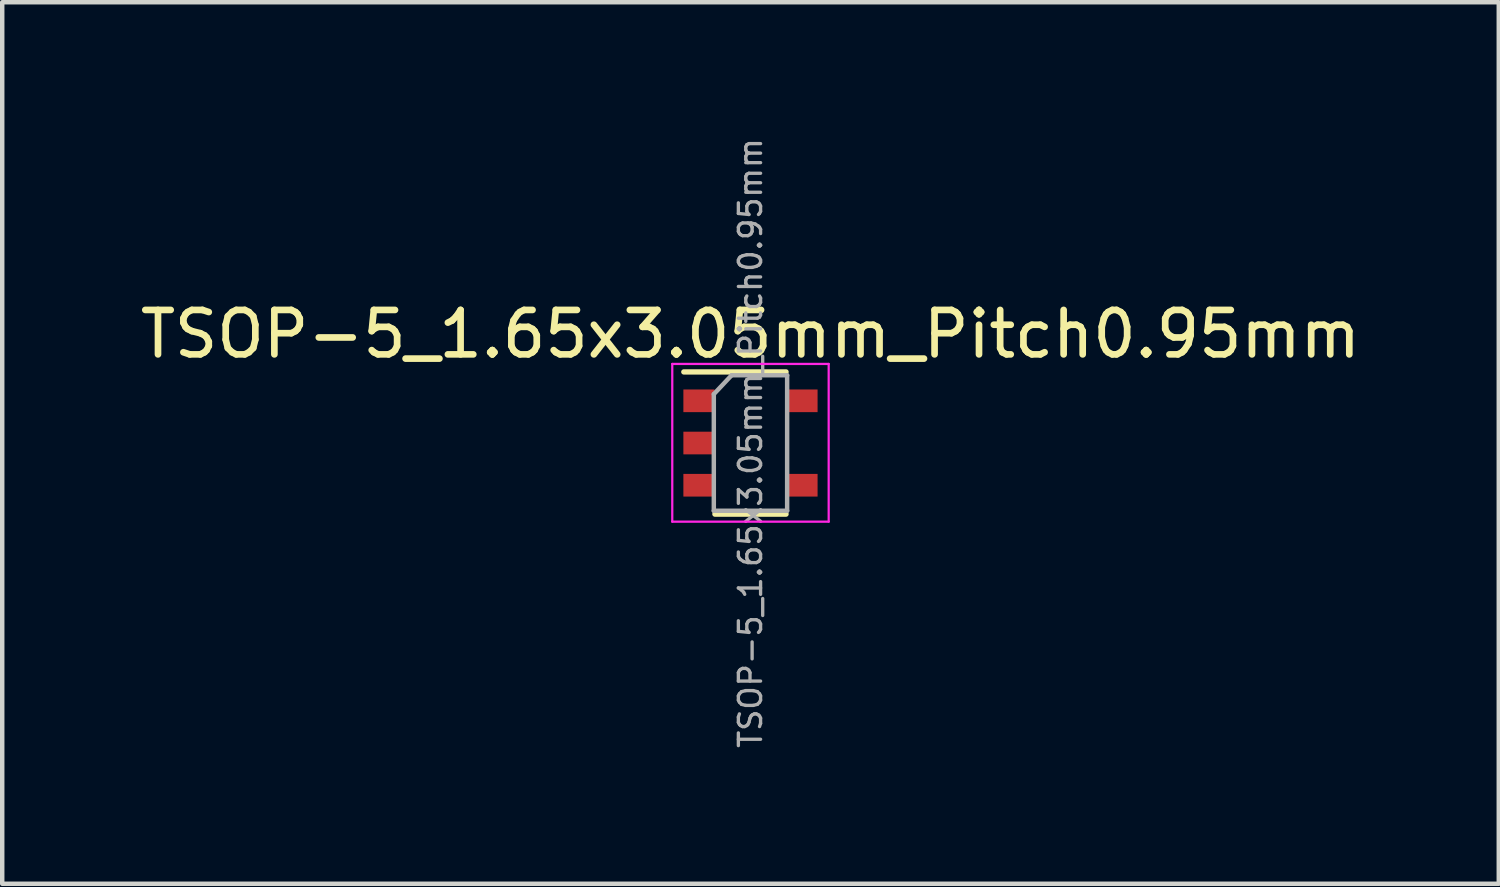
<source format=kicad_pcb>
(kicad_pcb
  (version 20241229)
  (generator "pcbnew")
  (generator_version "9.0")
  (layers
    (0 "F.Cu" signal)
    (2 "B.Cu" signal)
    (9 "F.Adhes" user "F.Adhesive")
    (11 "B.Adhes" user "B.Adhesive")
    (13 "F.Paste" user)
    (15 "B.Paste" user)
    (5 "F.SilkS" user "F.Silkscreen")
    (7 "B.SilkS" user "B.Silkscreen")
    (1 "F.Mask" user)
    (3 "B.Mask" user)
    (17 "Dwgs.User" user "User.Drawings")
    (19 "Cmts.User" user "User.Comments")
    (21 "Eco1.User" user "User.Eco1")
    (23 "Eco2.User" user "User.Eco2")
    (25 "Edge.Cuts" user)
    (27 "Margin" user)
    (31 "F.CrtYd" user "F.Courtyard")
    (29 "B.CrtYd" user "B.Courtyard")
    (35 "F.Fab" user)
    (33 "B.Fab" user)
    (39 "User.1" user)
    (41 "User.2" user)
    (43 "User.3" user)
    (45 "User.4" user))
  (footprint "TSOP-5_1.65x3.05mm_Pitch0.95mm"
    (layer "F.Cu")
    (at 13.839 6.92)
    (property "Reference" "TSOP-5_1.65x3.05mm_Pitch0.95mm" (at 0 -2.45 0) (layer "F.SilkS") (effects (font (size 1 1) (thickness 0.15))))
    (attr smd)
    (fp_line (start -0.8 1.6) (end 0.8 1.6) (stroke (width 0.12) (type solid)) (layer "F.SilkS"))
    (fp_line (start 0.8 -1.6) (end -1.5 -1.6) (stroke (width 0.12) (type solid)) (layer "F.SilkS"))
    (fp_line (start -1.76 -1.78) (end -1.76 1.77) (stroke (width 0.05) (type solid)) (layer "F.CrtYd"))
    (fp_line (start -1.76 -1.78) (end 1.76 -1.78) (stroke (width 0.05) (type solid)) (layer "F.CrtYd"))
    (fp_line (start 1.76 1.77) (end -1.76 1.77) (stroke (width 0.05) (type solid)) (layer "F.CrtYd"))
    (fp_line (start 1.76 1.77) (end 1.76 -1.78) (stroke (width 0.05) (type solid)) (layer "F.CrtYd"))
    (fp_line (start -0.825 -1.1) (end -0.825 1.525) (stroke (width 0.1) (type solid)) (layer "F.Fab"))
    (fp_line (start -0.825 -1.1) (end -0.425 -1.525) (stroke (width 0.1) (type solid)) (layer "F.Fab"))
    (fp_line (start 0.825 -1.525) (end -0.425 -1.525) (stroke (width 0.1) (type solid)) (layer "F.Fab"))
    (fp_line (start 0.825 -1.525) (end 0.825 1.525) (stroke (width 0.1) (type solid)) (layer "F.Fab"))
    (fp_line (start 0.825 1.525) (end -0.825 1.525) (stroke (width 0.1) (type solid)) (layer "F.Fab"))
    (fp_text user "${REFERENCE}" (at 0 0 90) (layer "F.Fab") (effects (font (size 0.5 0.5) (thickness 0.075))))
    (pad "1" smd rect (at -1.16 -0.95) (size 0.7 0.51) (layers "F.Cu" "F.Mask" "F.Paste"))
    (pad "2" smd rect (at -1.16 0) (size 0.7 0.51) (layers "F.Cu" "F.Mask" "F.Paste"))
    (pad "3" smd rect (at -1.16 0.95) (size 0.7 0.51) (layers "F.Cu" "F.Mask" "F.Paste"))
    (pad "4" smd rect (at 1.16 0.95) (size 0.7 0.51) (layers "F.Cu" "F.Mask" "F.Paste"))
    (pad "5" smd rect (at 1.16 -0.95) (size 0.7 0.51) (layers "F.Cu" "F.Mask" "F.Paste")))
  (gr_rect
    (start -3 -3)
    (end 30.679 16.839)
    (stroke (width 0.1) (type default))
    (fill no)
    (layer "Edge.Cuts")))
</source>
